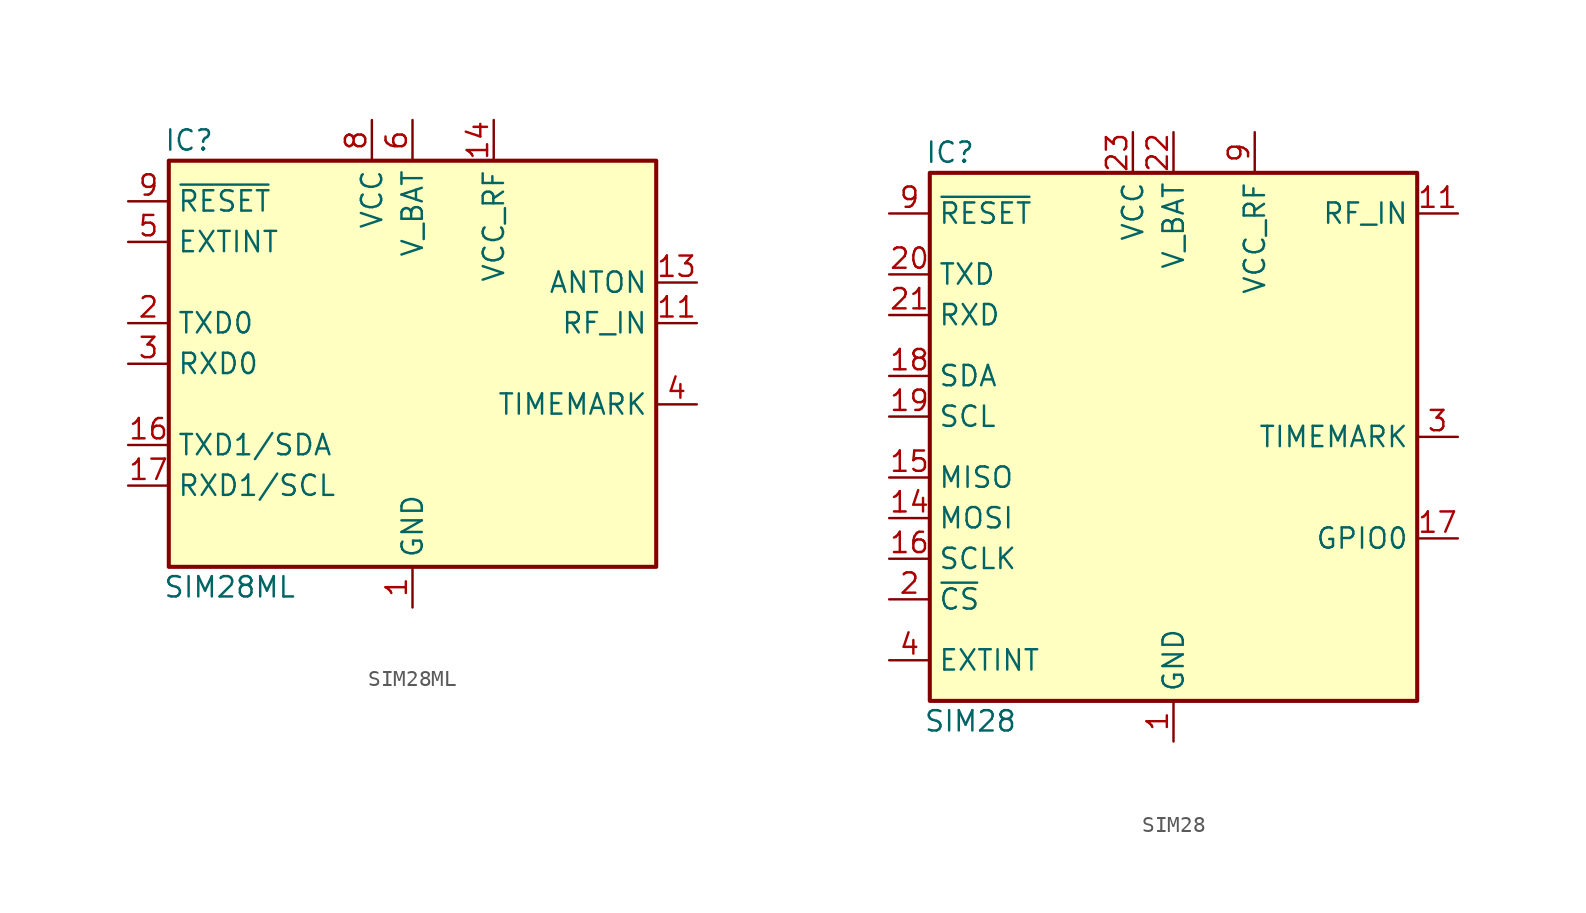
<source format=kicad_sym>
(kicad_symbol_lib
  (version 20211014)
  (generator kicad_symbol_editor)
  (symbol "SIM28ML"
    (property "Reference" "IC"
      (at -13.97 13.97 0)
      (effects (font (size 1.27 1.27))))
    (property "Value" "SIM28ML"
      (at -11.43 -13.97 0)
      (effects (font (size 1.27 1.27))))
    (symbol "SIM28ML_0_1"
      (rectangle (start -15.24 12.7) (end 15.24 -12.7) (stroke (width 0.254) (type default) (color 0 0 0 0)) (fill (type background))))
    (symbol "SIM28ML_1_1"
      (pin power_in line (at 0 -15.24 90) (length 2.54) (name "GND" (effects (font (size 1.27 1.27)))) (number "1" (effects (font (size 1.27 1.27)))))
      (pin passive line (at 0 -15.24 90) (length 2.54) hide (name "GND" (effects (font (size 1.27 1.27)))) (number "10" (effects (font (size 1.27 1.27)))))
      (pin input line (at 17.78 2.54 180) (length 2.54) (name "RF_IN" (effects (font (size 1.27 1.27)))) (number "11" (effects (font (size 1.27 1.27)))))
      (pin passive line (at 0 -15.24 90) (length 2.54) hide (name "GND" (effects (font (size 1.27 1.27)))) (number "12" (effects (font (size 1.27 1.27)))))
      (pin power_out line (at 17.78 5.08 180) (length 2.54) (name "ANTON" (effects (font (size 1.27 1.27)))) (number "13" (effects (font (size 1.27 1.27)))))
      (pin power_out line (at 5.08 15.24 270) (length 2.54) (name "VCC_RF" (effects (font (size 1.27 1.27)))) (number "14" (effects (font (size 1.27 1.27)))))
      (pin no_connect line (at 15.24 -7.62 180) (length 2.54) hide (name "NC" (effects (font (size 1.27 1.27)))) (number "15" (effects (font (size 1.27 1.27)))))
      (pin bidirectional line (at -17.78 -5.08 0) (length 2.54) (name "TXD1/SDA" (effects (font (size 1.27 1.27)))) (number "16" (effects (font (size 1.27 1.27)))))
      (pin input line (at -17.78 -7.62 0) (length 2.54) (name "RXD1/SCL" (effects (font (size 1.27 1.27)))) (number "17" (effects (font (size 1.27 1.27)))))
      (pin no_connect line (at 15.24 -10.16 180) (length 2.54) hide (name "NC" (effects (font (size 1.27 1.27)))) (number "18" (effects (font (size 1.27 1.27)))))
      (pin output line (at -17.78 2.54 0) (length 2.54) (name "TXD0" (effects (font (size 1.27 1.27)))) (number "2" (effects (font (size 1.27 1.27)))))
      (pin input line (at -17.78 0 0) (length 2.54) (name "RXD0" (effects (font (size 1.27 1.27)))) (number "3" (effects (font (size 1.27 1.27)))))
      (pin output line (at 17.78 -2.54 180) (length 2.54) (name "TIMEMARK" (effects (font (size 1.27 1.27)))) (number "4" (effects (font (size 1.27 1.27)))))
      (pin input line (at -17.78 7.62 0) (length 2.54) (name "EXTINT" (effects (font (size 1.27 1.27)))) (number "5" (effects (font (size 1.27 1.27)))))
      (pin power_in line (at 0 15.24 270) (length 2.54) (name "V_BAT" (effects (font (size 1.27 1.27)))) (number "6" (effects (font (size 1.27 1.27)))))
      (pin no_connect line (at 15.24 -5.08 180) (length 2.54) hide (name "NC" (effects (font (size 1.27 1.27)))) (number "7" (effects (font (size 1.27 1.27)))))
      (pin power_in line (at -2.54 15.24 270) (length 2.54) (name "VCC" (effects (font (size 1.27 1.27)))) (number "8" (effects (font (size 1.27 1.27)))))
      (pin input line (at -17.78 10.16 0) (length 2.54) (name "~{RESET}" (effects (font (size 1.27 1.27)))) (number "9" (effects (font (size 1.27 1.27)))))))
  (symbol "SIM28"
    (property "Reference" "IC"
      (at -13.97 17.78 0)
      (effects (font (size 1.27 1.27))))
    (property "Value" "SIM28"
      (at -12.7 -17.78 0)
      (effects (font (size 1.27 1.27))))
    (symbol "SIM28_0_1"
      (rectangle (start -15.24 16.51) (end 15.24 -16.51) (stroke (width 0.254) (type default) (color 0 0 0 0)) (fill (type background))))
    (symbol "SIM28_1_1"
      (pin power_in line (at 0 -19.05 90) (length 2.54) (name "GND" (effects (font (size 1.27 1.27)))) (number "1" (effects (font (size 1.27 1.27)))))
      (pin passive line (at 0 -19.05 90) (length 2.54) hide (name "GND" (effects (font (size 1.27 1.27)))) (number "10" (effects (font (size 1.27 1.27)))))
      (pin input line (at 17.78 13.97 180) (length 2.54) (name "RF_IN" (effects (font (size 1.27 1.27)))) (number "11" (effects (font (size 1.27 1.27)))))
      (pin passive line (at 0 -16.51 90) (length 2.54) hide (name "GND" (effects (font (size 1.27 1.27)))) (number "12" (effects (font (size 1.27 1.27)))))
      (pin output line (at -17.78 -5.08 0) (length 2.54) (name "MOSI" (effects (font (size 1.27 1.27)))) (number "14" (effects (font (size 1.27 1.27)))))
      (pin input line (at -17.78 -2.54 0) (length 2.54) (name "MISO" (effects (font (size 1.27 1.27)))) (number "15" (effects (font (size 1.27 1.27)))))
      (pin output line (at -17.78 -7.62 0) (length 2.54) (name "SCLK" (effects (font (size 1.27 1.27)))) (number "16" (effects (font (size 1.27 1.27)))))
      (pin bidirectional line (at 17.78 -6.35 180) (length 2.54) (name "GPIO0" (effects (font (size 1.27 1.27)))) (number "17" (effects (font (size 1.27 1.27)))))
      (pin bidirectional line (at -17.78 3.81 0) (length 2.54) (name "SDA" (effects (font (size 1.27 1.27)))) (number "18" (effects (font (size 1.27 1.27)))))
      (pin input line (at -17.78 1.27 0) (length 2.54) (name "SCL" (effects (font (size 1.27 1.27)))) (number "19" (effects (font (size 1.27 1.27)))))
      (pin input line (at -17.78 -10.16 0) (length 2.54) (name "~{CS}" (effects (font (size 1.27 1.27)))) (number "2" (effects (font (size 1.27 1.27)))))
      (pin output line (at -17.78 10.16 0) (length 2.54) (name "TXD" (effects (font (size 1.27 1.27)))) (number "20" (effects (font (size 1.27 1.27)))))
      (pin input line (at -17.78 7.62 0) (length 2.54) (name "RXD" (effects (font (size 1.27 1.27)))) (number "21" (effects (font (size 1.27 1.27)))))
      (pin power_in line (at 0 19.05 270) (length 2.54) (name "V_BAT" (effects (font (size 1.27 1.27)))) (number "22" (effects (font (size 1.27 1.27)))))
      (pin power_in line (at -2.54 19.05 270) (length 2.54) (name "VCC" (effects (font (size 1.27 1.27)))) (number "23" (effects (font (size 1.27 1.27)))))
      (pin output line (at 17.78 0 180) (length 2.54) (name "TIMEMARK" (effects (font (size 1.27 1.27)))) (number "3" (effects (font (size 1.27 1.27)))))
      (pin input line (at -17.78 -13.97 0) (length 2.54) (name "EXTINT" (effects (font (size 1.27 1.27)))) (number "4" (effects (font (size 1.27 1.27)))))
      (pin power_out line (at 5.08 19.05 270) (length 2.54) (name "VCC_RF" (effects (font (size 1.27 1.27)))) (number "9" (effects (font (size 1.27 1.27)))))
      (pin input line (at -17.78 13.97 0) (length 2.54) (name "~{RESET}" (effects (font (size 1.27 1.27)))) (number "9" (effects (font (size 1.27 1.27))))))))
</source>
